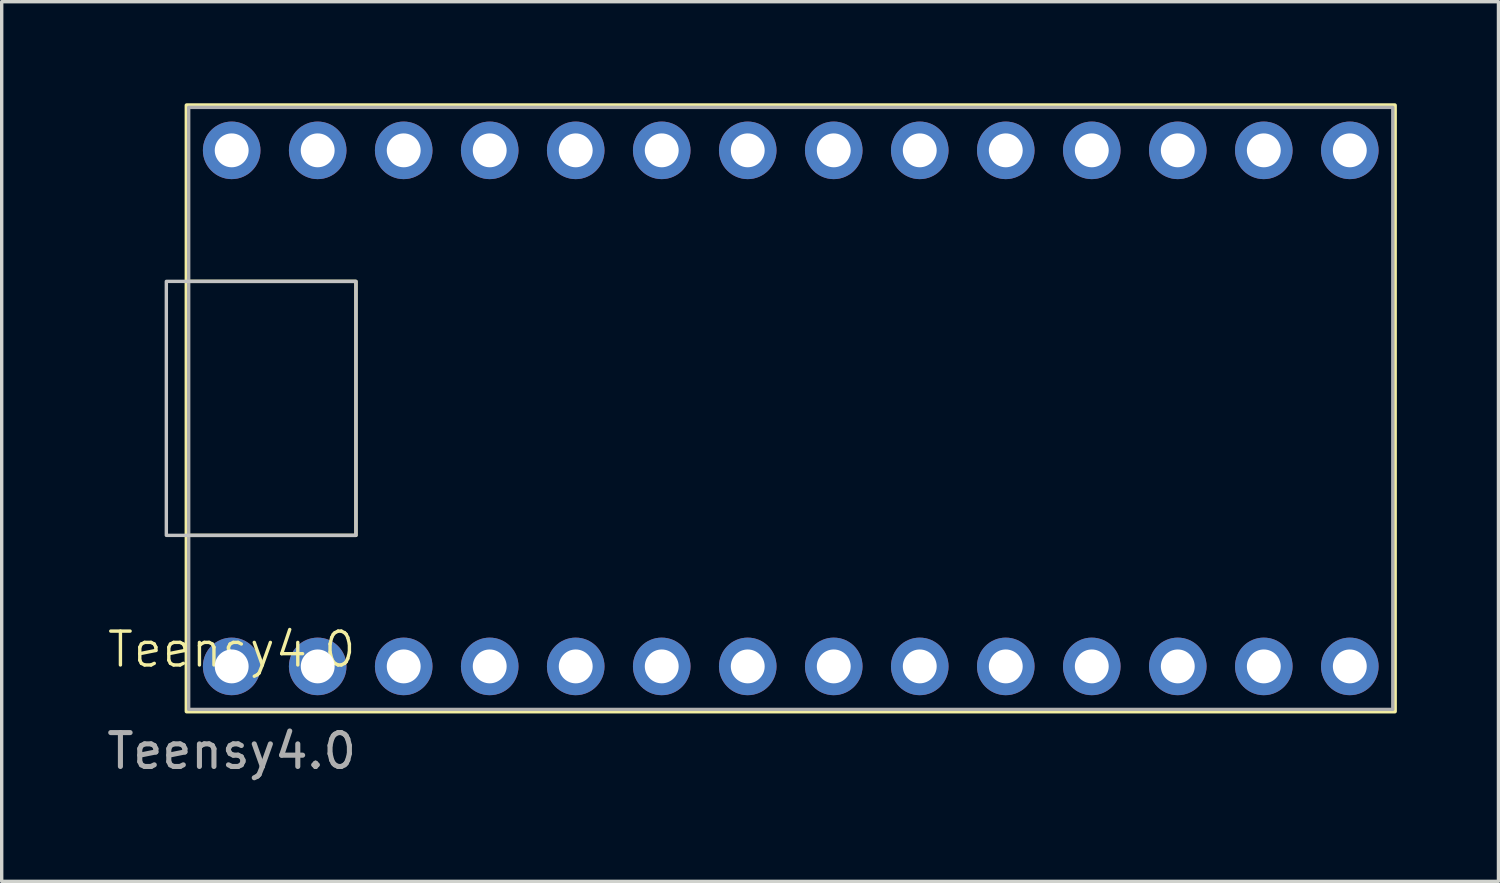
<source format=kicad_pcb>
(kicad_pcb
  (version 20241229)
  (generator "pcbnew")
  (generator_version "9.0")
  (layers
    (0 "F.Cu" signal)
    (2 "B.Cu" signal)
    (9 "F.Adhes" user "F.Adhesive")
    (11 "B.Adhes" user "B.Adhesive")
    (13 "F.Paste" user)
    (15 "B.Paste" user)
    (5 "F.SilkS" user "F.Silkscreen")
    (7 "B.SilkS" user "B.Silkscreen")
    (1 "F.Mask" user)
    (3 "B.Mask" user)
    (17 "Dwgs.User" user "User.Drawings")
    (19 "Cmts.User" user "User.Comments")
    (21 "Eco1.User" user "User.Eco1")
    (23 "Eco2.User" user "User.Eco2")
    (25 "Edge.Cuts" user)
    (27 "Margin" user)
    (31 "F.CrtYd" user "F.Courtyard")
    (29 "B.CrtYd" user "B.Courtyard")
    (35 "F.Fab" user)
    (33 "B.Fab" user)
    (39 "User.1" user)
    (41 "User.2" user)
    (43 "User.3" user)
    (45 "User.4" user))
  (footprint "Teensy4.0"
    (layer "F.Cu")
    (at 3.792 16.63)
    (property "Reference" "Teensy4.0" (at 0 -0.5 0) (unlocked yes) (layer "F.SilkS") (effects (font (size 1 1) (thickness 0.1))))
    (attr through_hole allow_missing_courtyard)
    (fp_rect (start -1.33 -16.57) (end 34.35 1.33) (stroke (width 0.12) (type solid)) (fill no) (layer "F.SilkS"))
    (fp_rect (start -1.33 -11.37) (end 3.67 -3.87) (stroke (width 0.1) (type solid)) (fill no) (layer "F.SilkS"))
    (fp_rect (start -1.93 -11.37) (end 3.67 -3.87) (stroke (width 0.1) (type solid)) (fill no) (layer "Dwgs.User"))
    (fp_rect (start -1.27 -16.51) (end 34.29 1.27) (stroke (width 0.1) (type solid)) (fill no) (layer "F.Fab"))
    (fp_text user "${REFERENCE}" (at 0 2.5 0) (unlocked yes) (layer "F.Fab") (effects (font (size 1 1) (thickness 0.15))))
    (pad "1" thru_hole circle (at 0 0) (size 1.7 1.7) (drill 1) (layers "*.Cu" "*.Mask"))
    (pad "2" thru_hole circle (at 2.54 0) (size 1.7 1.7) (drill 1) (layers "*.Cu" "*.Mask"))
    (pad "3" thru_hole circle (at 5.08 0) (size 1.7 1.7) (drill 1) (layers "*.Cu" "*.Mask"))
    (pad "4" thru_hole circle (at 7.62 0) (size 1.7 1.7) (drill 1) (layers "*.Cu" "*.Mask"))
    (pad "5" thru_hole circle (at 10.16 0) (size 1.7 1.7) (drill 1) (layers "*.Cu" "*.Mask"))
    (pad "6" thru_hole circle (at 12.7 0) (size 1.7 1.7) (drill 1) (layers "*.Cu" "*.Mask"))
    (pad "7" thru_hole circle (at 15.24 0) (size 1.7 1.7) (drill 1) (layers "*.Cu" "*.Mask"))
    (pad "8" thru_hole circle (at 17.78 0) (size 1.7 1.7) (drill 1) (layers "*.Cu" "*.Mask"))
    (pad "9" thru_hole circle (at 20.32 0) (size 1.7 1.7) (drill 1) (layers "*.Cu" "*.Mask"))
    (pad "10" thru_hole circle (at 22.86 0) (size 1.7 1.7) (drill 1) (layers "*.Cu" "*.Mask"))
    (pad "11" thru_hole circle (at 25.4 0) (size 1.7 1.7) (drill 1) (layers "*.Cu" "*.Mask"))
    (pad "12" thru_hole circle (at 27.94 0) (size 1.7 1.7) (drill 1) (layers "*.Cu" "*.Mask"))
    (pad "13" thru_hole circle (at 30.48 0) (size 1.7 1.7) (drill 1) (layers "*.Cu" "*.Mask"))
    (pad "14" thru_hole circle (at 33.02 0) (size 1.7 1.7) (drill 1) (layers "*.Cu" "*.Mask"))
    (pad "15" thru_hole circle (at 33.02 -15.24) (size 1.7 1.7) (drill 1) (layers "*.Cu" "*.Mask"))
    (pad "16" thru_hole circle (at 30.48 -15.24) (size 1.7 1.7) (drill 1) (layers "*.Cu" "*.Mask"))
    (pad "17" thru_hole circle (at 27.94 -15.24) (size 1.7 1.7) (drill 1) (layers "*.Cu" "*.Mask"))
    (pad "18" thru_hole circle (at 25.4 -15.24) (size 1.7 1.7) (drill 1) (layers "*.Cu" "*.Mask"))
    (pad "19" thru_hole circle (at 22.86 -15.24) (size 1.7 1.7) (drill 1) (layers "*.Cu" "*.Mask"))
    (pad "20" thru_hole circle (at 20.32 -15.24) (size 1.7 1.7) (drill 1) (layers "*.Cu" "*.Mask"))
    (pad "21" thru_hole circle (at 17.78 -15.24) (size 1.7 1.7) (drill 1) (layers "*.Cu" "*.Mask"))
    (pad "22" thru_hole circle (at 15.24 -15.24) (size 1.7 1.7) (drill 1) (layers "*.Cu" "*.Mask"))
    (pad "23" thru_hole circle (at 12.7 -15.24) (size 1.7 1.7) (drill 1) (layers "*.Cu" "*.Mask"))
    (pad "24" thru_hole circle (at 10.16 -15.24) (size 1.7 1.7) (drill 1) (layers "*.Cu" "*.Mask"))
    (pad "25" thru_hole circle (at 7.62 -15.24) (size 1.7 1.7) (drill 1) (layers "*.Cu" "*.Mask"))
    (pad "26" thru_hole circle (at 5.08 -15.24) (size 1.7 1.7) (drill 1) (layers "*.Cu" "*.Mask"))
    (pad "27" thru_hole circle (at 2.54 -15.24) (size 1.7 1.7) (drill 1) (layers "*.Cu" "*.Mask"))
    (pad "28" thru_hole circle (at 0 -15.24) (size 1.7 1.7) (drill 1) (layers "*.Cu" "*.Mask")))
  (gr_rect
    (start -3 -3)
    (end 41.202 22.978)
    (stroke (width 0.1) (type default))
    (fill no)
    (layer "Edge.Cuts")))
</source>
